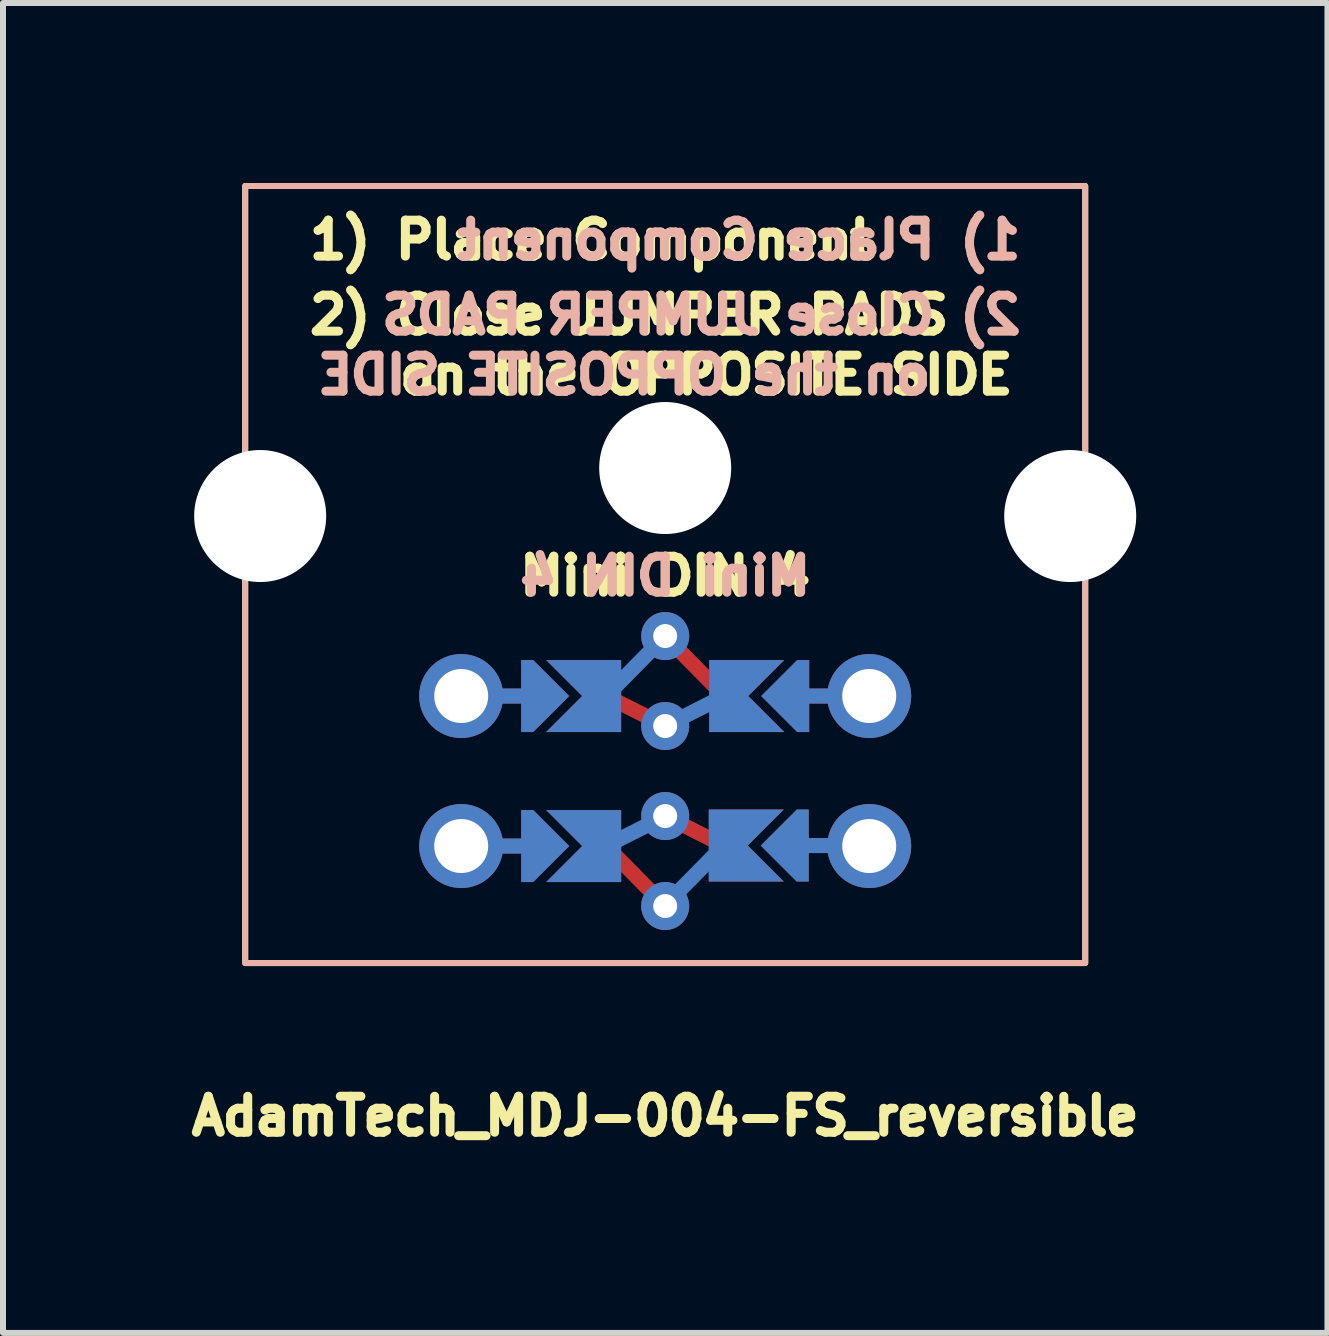
<source format=kicad_pcb>
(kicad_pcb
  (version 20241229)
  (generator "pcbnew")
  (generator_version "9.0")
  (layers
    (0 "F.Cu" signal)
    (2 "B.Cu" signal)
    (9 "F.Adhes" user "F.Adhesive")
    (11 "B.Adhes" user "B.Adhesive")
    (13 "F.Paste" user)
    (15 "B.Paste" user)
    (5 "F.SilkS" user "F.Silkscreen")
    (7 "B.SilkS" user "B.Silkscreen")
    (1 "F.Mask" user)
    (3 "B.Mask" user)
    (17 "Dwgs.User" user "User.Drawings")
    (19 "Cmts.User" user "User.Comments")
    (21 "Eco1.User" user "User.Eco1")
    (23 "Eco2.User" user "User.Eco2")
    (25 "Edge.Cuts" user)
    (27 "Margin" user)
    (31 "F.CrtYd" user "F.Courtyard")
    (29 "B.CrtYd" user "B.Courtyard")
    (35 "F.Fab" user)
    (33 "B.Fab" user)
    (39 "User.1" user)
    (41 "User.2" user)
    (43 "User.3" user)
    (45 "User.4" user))
  (footprint "AdamTech_MDJ-004-FS_reversible"
    (layer "F.Cu")
    (at 8.036 5.55)
    (property "Reference" "AdamTech_MDJ-004-FS_reversible" (at 0 10 180) (layer "F.SilkS") (effects (font (size 0.6 0.6) (thickness 0.15) (bold yes))))
    (fp_poly (pts (xy -1.238 3.508) (xy -1.238 2.492) (xy -2.254 2.492) (xy -2.254 3.508)) (stroke (width 0.1) (type solid)) (fill yes) (layer "F.Mask"))
    (fp_poly (pts (xy -1.238 6.008) (xy -1.238 4.992) (xy -2.254 4.992) (xy -2.254 6.008)) (stroke (width 0.1) (type solid)) (fill yes) (layer "F.Mask"))
    (fp_poly (pts (xy 1.23 4.984) (xy 1.23 6) (xy 2.246 6) (xy 2.246 4.984)) (stroke (width 0.1) (type solid)) (fill yes) (layer "F.Mask"))
    (fp_poly (pts (xy 1.238 2.492) (xy 1.238 3.508) (xy 2.254 3.508) (xy 2.254 2.492)) (stroke (width 0.1) (type solid)) (fill yes) (layer "F.Mask"))
    (fp_circle (center 0 2) (end 0.125 2) (stroke (width 0.25) (type solid)) (fill no) (layer "B.Mask"))
    (fp_circle (center 0 3.5) (end 0.125 3.5) (stroke (width 0.25) (type solid)) (fill no) (layer "B.Mask"))
    (fp_circle (center 0 5) (end 0.125 5) (stroke (width 0.25) (type solid)) (fill no) (layer "B.Mask"))
    (fp_circle (center 0 6.5) (end 0.125 6.5) (stroke (width 0.25) (type solid)) (fill no) (layer "B.Mask"))
    (fp_poly (pts (xy -1.238 3.508) (xy -1.238 2.492) (xy -2.254 2.492) (xy -2.254 3.508)) (stroke (width 0.1) (type solid)) (fill yes) (layer "B.Mask"))
    (fp_poly (pts (xy -1.238 6.008) (xy -1.238 4.992) (xy -2.254 4.992) (xy -2.254 6.008)) (stroke (width 0.1) (type solid)) (fill yes) (layer "B.Mask"))
    (fp_poly (pts (xy 1.23 4.984) (xy 1.23 6) (xy 2.246 6) (xy 2.246 4.984)) (stroke (width 0.1) (type solid)) (fill yes) (layer "B.Mask"))
    (fp_poly (pts (xy 1.238 2.492) (xy 1.238 3.508) (xy 2.254 3.508) (xy 2.254 2.492)) (stroke (width 0.1) (type solid)) (fill yes) (layer "B.Mask"))
    (fp_rect (start -7 -5.5) (end 7 7.45) (stroke (width 0.1) (type default)) (fill no) (layer "F.SilkS"))
    (fp_rect (start -7 -5.5) (end 7 7.45) (stroke (width 0.1) (type default)) (fill no) (layer "B.SilkS"))
    (fp_text user "1) Place Component" (at -6 -4.25 0) (unlocked yes) (layer "F.SilkS") (effects (font (size 0.6 0.6) (thickness 0.15)) (justify left bottom)))
    (fp_text user "Mini DIN 4" (at 0 1 0) (unlocked yes) (layer "F.SilkS") (effects (font (size 0.6 0.6) (thickness 0.15))))
    (fp_text user "2) Close JUMPER PADS" (at -6 -3 0) (unlocked yes) (layer "F.SilkS") (effects (font (size 0.6 0.6) (thickness 0.15)) (justify left bottom)))
    (fp_text user "on the OPPOSITE SIDE" (at -4.5 -2 0) (unlocked yes) (layer "F.SilkS") (effects (font (size 0.6 0.6) (thickness 0.15)) (justify left bottom)))
    (fp_text user "1) Place Component" (at 6 -4.25 0) (unlocked yes) (layer "B.SilkS") (effects (font (size 0.6 0.6) (thickness 0.15)) (justify left bottom mirror)))
    (fp_text user "Mini DIN 4" (at 0 1 0) (unlocked yes) (layer "B.SilkS") (effects (font (size 0.6 0.6) (thickness 0.15)) (justify mirror)))
    (fp_text user "on the OPPOSITE SIDE" (at 4.5 -2 0) (unlocked yes) (layer "B.SilkS") (effects (font (size 0.6 0.6) (thickness 0.15)) (justify left bottom mirror)))
    (fp_text user "2) Close JUMPER PADS" (at 6 -3 0) (unlocked yes) (layer "B.SilkS") (effects (font (size 0.6 0.6) (thickness 0.15)) (justify left bottom mirror)))
    (pad "" np_thru_hole circle (at -6.75 0) (size 2.2 2.2) (drill 2.2) (layers "*.Cu" "*.Mask"))
    (pad "" thru_hole circle (at -3.4 3) (size 1.4 1.4) (drill 0.9) (layers "*.Cu" "*.Mask"))
    (pad "" thru_hole circle (at -3.4 5.5) (size 1.4 1.4) (drill 0.9) (layers "*.Cu" "*.Mask"))
    (pad "" smd custom (at -2.508 3 270) (size 0.25 1) (layers "F.Cu") (options (anchor rect)) (primitives))
    (pad "" smd custom (at -2.508 3 270) (size 0.25 1) (layers "B.Cu") (options (anchor rect)) (primitives))
    (pad "" smd custom (at -2.508 5.5 270) (size 0.25 1) (layers "F.Cu") (options (anchor rect)) (primitives))
    (pad "" smd custom (at -2.508 5.5 270) (size 0.25 1) (layers "B.Cu") (options (anchor rect)) (primitives))
    (pad "" smd custom (at -2 3 270) (size 0.1 0.1) (layers "F.Cu" "F.Mask") (options (anchor rect)) (primitives (gr_poly (pts (xy 0.6 0.4) (xy -0.6 0.4) (xy -0.6 0.2) (xy 0 -0.4) (xy 0.6 0.2)) (width 0) (fill yes))))
    (pad "" smd custom (at -2 3 270) (size 0.1 0.1) (layers "B.Cu" "B.Mask") (options (anchor rect)) (primitives (gr_poly (pts (xy 0.6 0.4) (xy -0.6 0.4) (xy -0.6 0.2) (xy 0 -0.4) (xy 0.6 0.2)) (width 0) (fill yes))))
    (pad "" smd custom (at -2 5.5 270) (size 0.1 0.1) (layers "F.Cu" "F.Mask") (options (anchor rect)) (primitives (gr_poly (pts (xy 0.6 0.4) (xy -0.6 0.4) (xy -0.6 0.2) (xy 0 -0.4) (xy 0.6 0.2)) (width 0) (fill yes))))
    (pad "" smd custom (at -2 5.5 270) (size 0.1 0.1) (layers "B.Cu" "B.Mask") (options (anchor rect)) (primitives (gr_poly (pts (xy 0.6 0.4) (xy -0.6 0.4) (xy -0.6 0.2) (xy 0 -0.4) (xy 0.6 0.2)) (width 0) (fill yes))))
    (pad "" np_thru_hole circle (at 0 -0.8) (size 2.2 2.2) (drill 2.2) (layers "*.Cu" "*.Mask"))
    (pad "" smd custom (at 1.992 5.492 90) (size 0.1 0.1) (layers "F.Cu" "F.Mask") (options (anchor rect)) (primitives (gr_poly (pts (xy 0.6 0.4) (xy -0.6 0.4) (xy -0.6 0.2) (xy 0 -0.4) (xy 0.6 0.2)) (width 0) (fill yes))))
    (pad "" smd custom (at 1.992 5.492 90) (size 0.1 0.1) (layers "B.Cu" "B.Mask") (options (anchor rect)) (primitives (gr_poly (pts (xy 0.6 0.4) (xy -0.6 0.4) (xy -0.6 0.2) (xy 0 -0.4) (xy 0.6 0.2)) (width 0) (fill yes))))
    (pad "" smd custom (at 2 3 90) (size 0.1 0.1) (layers "F.Cu" "F.Mask") (options (anchor rect)) (primitives (gr_poly (pts (xy 0.6 0.4) (xy -0.6 0.4) (xy -0.6 0.2) (xy 0 -0.4) (xy 0.6 0.2)) (width 0) (fill yes))))
    (pad "" smd custom (at 2 3 90) (size 0.1 0.1) (layers "B.Cu" "B.Mask") (options (anchor rect)) (primitives (gr_poly (pts (xy 0.6 0.4) (xy -0.6 0.4) (xy -0.6 0.2) (xy 0 -0.4) (xy 0.6 0.2)) (width 0) (fill yes))))
    (pad "" smd custom (at 2.5 5.492 90) (size 0.25 1) (layers "F.Cu") (options (anchor rect)) (primitives))
    (pad "" smd custom (at 2.5 5.492 90) (size 0.25 1) (layers "B.Cu") (options (anchor rect)) (primitives))
    (pad "" smd custom (at 2.508 3 90) (size 0.25 1) (layers "F.Cu") (options (anchor rect)) (primitives))
    (pad "" smd custom (at 2.508 3 90) (size 0.25 1) (layers "B.Cu") (options (anchor rect)) (primitives))
    (pad "" thru_hole circle (at 3.4 3) (size 1.4 1.4) (drill 0.9) (layers "*.Cu" "*.Mask"))
    (pad "" thru_hole circle (at 3.4 5.5) (size 1.4 1.4) (drill 0.9) (layers "*.Cu" "*.Mask"))
    (pad "" np_thru_hole circle (at 6.75 0) (size 2.2 2.2) (drill 2.2) (layers "*.Cu" "*.Mask"))
    (pad "3" smd custom (at -0.984 3) (size 0.25 0.25) (layers "B.Cu") (options (anchor circle)) (primitives (gr_line (start 0 0) (end 0.984 -1) (width 0.25))))
    (pad "3" smd custom (at -0.984 3 270) (size 1.2 0.5) (layers "B.Cu" "B.Mask") (options (anchor rect)) (primitives (gr_poly (pts (xy 0.6 0) (xy -0.6 0) (xy -0.6 1) (xy 0 0.4) (xy 0.6 1)) (width 0) (fill yes))))
    (pad "3" thru_hole circle (at 0 2 180) (size 0.8 0.8) (drill 0.4) (layers "*.Cu"))
    (pad "3" smd custom (at 0.984 3 180) (size 0.25 0.25) (layers "F.Cu") (options (anchor circle)) (primitives (gr_line (start 0 0) (end 0.984 1) (width 0.25))))
    (pad "3" smd custom (at 0.984 3 90) (size 1.2 0.5) (layers "F.Cu" "F.Mask") (options (anchor rect)) (primitives (gr_poly (pts (xy 0.6 0) (xy -0.6 0) (xy -0.6 1) (xy 0 0.4) (xy 0.6 1)) (width 0) (fill yes))))
    (pad "5" smd custom (at -0.984 3) (size 0.25 0.25) (layers "F.Cu") (options (anchor circle)) (primitives (gr_line (start 0 0) (end 0.976 0.492) (width 0.25))))
    (pad "5" smd custom (at -0.984 3 270) (size 1.2 0.5) (layers "F.Cu" "F.Mask") (options (anchor rect)) (primitives (gr_poly (pts (xy 0.6 0) (xy -0.6 0) (xy -0.6 1) (xy 0 0.4) (xy 0.6 1)) (width 0) (fill yes))))
    (pad "5" thru_hole circle (at 0 3.5 180) (size 0.8 0.8) (drill 0.4) (layers "*.Cu"))
    (pad "5" smd custom (at 0.984 3 180) (size 0.25 0.25) (layers "B.Cu") (options (anchor circle)) (primitives (gr_line (start 0 0) (end 0.984 -0.5) (width 0.25))))
    (pad "5" smd custom (at 0.984 3 90) (size 1.2 0.5) (layers "B.Cu" "B.Mask") (options (anchor rect)) (primitives (gr_poly (pts (xy 0.6 0) (xy -0.6 0) (xy -0.6 1) (xy 0 0.4) (xy 0.6 1)) (width 0) (fill yes))))
    (pad "6" smd custom (at -0.984 5.5) (size 0.25 0.25) (layers "B.Cu") (options (anchor circle)) (primitives (gr_line (start 0 0) (end 0.984 -0.5) (width 0.25))))
    (pad "6" smd custom (at -0.984 5.5 270) (size 1.2 0.5) (layers "B.Cu" "B.Mask") (options (anchor rect)) (primitives (gr_poly (pts (xy 0.6 0) (xy -0.6 0) (xy -0.6 1) (xy 0 0.4) (xy 0.6 1)) (width 0) (fill yes))))
    (pad "6" thru_hole circle (at 0 5 180) (size 0.8 0.8) (drill 0.4) (layers "*.Cu"))
    (pad "6" smd custom (at 0.976 5.492 180) (size 0.25 0.25) (layers "F.Cu") (options (anchor circle)) (primitives (gr_line (start 0 0) (end 0.976 0.492) (width 0.25))))
    (pad "6" smd custom (at 0.976 5.492 90) (size 1.2 0.5) (layers "F.Cu" "F.Mask") (options (anchor rect)) (primitives (gr_poly (pts (xy 0.6 0) (xy -0.6 0) (xy -0.6 1) (xy 0 0.4) (xy 0.6 1)) (width 0) (fill yes))))
    (pad "8" smd custom (at -0.984 5.5) (size 0.25 0.25) (layers "F.Cu") (options (anchor circle)) (primitives (gr_line (start 0 0) (end 0.984 1) (width 0.25))))
    (pad "8" smd custom (at -0.984 5.5 270) (size 1.2 0.5) (layers "F.Cu" "F.Mask") (options (anchor rect)) (primitives (gr_poly (pts (xy 0.6 0) (xy -0.6 0) (xy -0.6 1) (xy 0 0.4) (xy 0.6 1)) (width 0) (fill yes))))
    (pad "8" thru_hole circle (at 0 6.5 180) (size 0.8 0.8) (drill 0.4) (layers "*.Cu"))
    (pad "8" smd custom (at 0.976 5.492 180) (size 0.25 0.25) (layers "B.Cu") (options (anchor circle)) (primitives (gr_line (start 0 0) (end 0.984 -1) (width 0.25))))
    (pad "8" smd custom (at 0.976 5.492 90) (size 1.2 0.5) (layers "B.Cu" "B.Mask") (options (anchor rect)) (primitives (gr_poly (pts (xy 0.6 0) (xy -0.6 0) (xy -0.6 1) (xy 0 0.4) (xy 0.6 1)) (width 0) (fill yes)))))
  (gr_rect
    (start -3 -3)
    (end 19.073 19.164)
    (stroke (width 0.1) (type default))
    (fill no)
    (layer "Edge.Cuts")))
</source>
